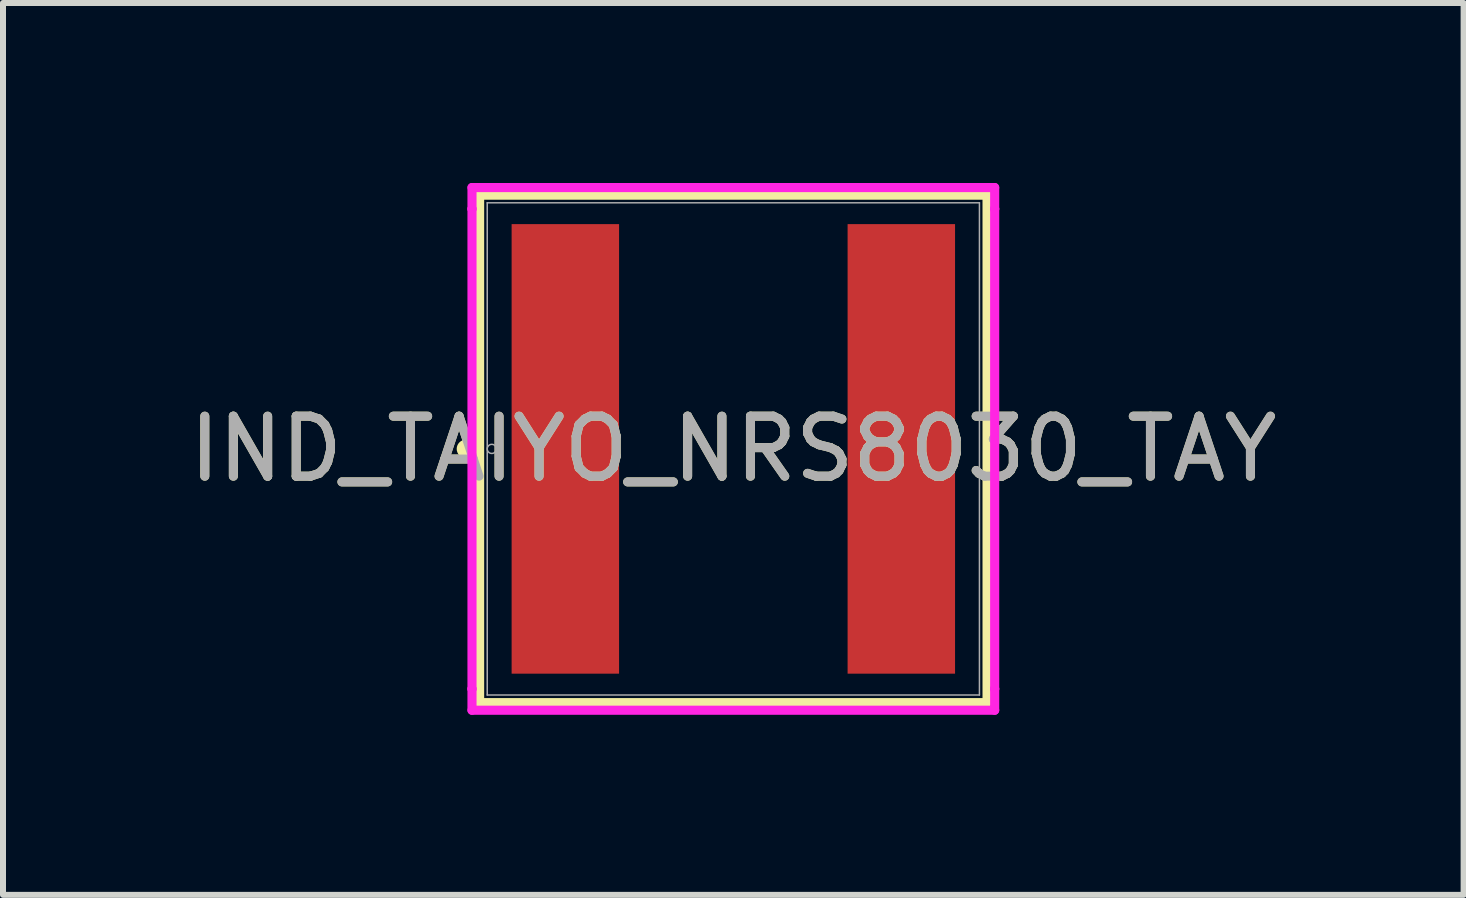
<source format=kicad_pcb>
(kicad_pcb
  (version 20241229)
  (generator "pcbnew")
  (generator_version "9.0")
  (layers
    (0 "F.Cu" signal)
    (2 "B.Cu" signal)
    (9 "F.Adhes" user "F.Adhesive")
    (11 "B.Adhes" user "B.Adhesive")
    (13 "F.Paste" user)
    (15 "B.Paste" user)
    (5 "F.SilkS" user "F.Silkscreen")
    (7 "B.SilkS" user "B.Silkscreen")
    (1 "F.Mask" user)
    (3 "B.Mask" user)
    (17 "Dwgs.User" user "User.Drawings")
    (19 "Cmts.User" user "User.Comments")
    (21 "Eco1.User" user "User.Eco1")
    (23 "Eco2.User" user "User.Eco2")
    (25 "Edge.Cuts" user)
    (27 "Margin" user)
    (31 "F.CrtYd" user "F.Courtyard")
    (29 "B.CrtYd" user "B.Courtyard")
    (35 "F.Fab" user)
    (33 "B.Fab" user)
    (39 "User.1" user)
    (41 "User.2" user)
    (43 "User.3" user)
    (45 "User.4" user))
  (footprint "IND_TAIYO_NRS8030_TAY"
    (layer "F.Cu")
    (at 9.173 4.432)
    (property "Reference" "IND_TAIYO_NRS8030_TAY" (at 0 0 0) (unlocked yes) (layer "F.SilkS") (effects (font (size 1 1) (thickness 0.15))))
    (attr smd)
    (fp_line (start -4.229 -4.229) (end -4.229 4.229) (stroke (width 0.152) (type solid)) (layer "F.SilkS"))
    (fp_line (start -4.229 4.229) (end 4.229 4.229) (stroke (width 0.152) (type solid)) (layer "F.SilkS"))
    (fp_line (start 4.229 -4.229) (end -4.229 -4.229) (stroke (width 0.152) (type solid)) (layer "F.SilkS"))
    (fp_line (start 4.229 4.229) (end 4.229 -4.229) (stroke (width 0.152) (type solid)) (layer "F.SilkS"))
    (fp_circle (center -4.458 0) (end -4.381 0) (stroke (width 0.152) (type solid)) (fill no) (layer "F.SilkS"))
    (fp_line (start -4.356 -4.356) (end 4.356 -4.356) (stroke (width 0.152) (type solid)) (layer "F.CrtYd"))
    (fp_line (start -4.356 -4) (end -4.356 -4.356) (stroke (width 0.152) (type solid)) (layer "F.CrtYd"))
    (fp_line (start -4.356 -4) (end -4.356 -4) (stroke (width 0.152) (type solid)) (layer "F.CrtYd"))
    (fp_line (start -4.356 4) (end -4.356 -4) (stroke (width 0.152) (type solid)) (layer "F.CrtYd"))
    (fp_line (start -4.356 4) (end -4.356 4) (stroke (width 0.152) (type solid)) (layer "F.CrtYd"))
    (fp_line (start -4.356 4.356) (end -4.356 4) (stroke (width 0.152) (type solid)) (layer "F.CrtYd"))
    (fp_line (start 4.356 -4.356) (end 4.356 -4) (stroke (width 0.152) (type solid)) (layer "F.CrtYd"))
    (fp_line (start 4.356 -4) (end 4.356 -4) (stroke (width 0.152) (type solid)) (layer "F.CrtYd"))
    (fp_line (start 4.356 -4) (end 4.356 4) (stroke (width 0.152) (type solid)) (layer "F.CrtYd"))
    (fp_line (start 4.356 4) (end 4.356 4) (stroke (width 0.152) (type solid)) (layer "F.CrtYd"))
    (fp_line (start 4.356 4) (end 4.356 4.356) (stroke (width 0.152) (type solid)) (layer "F.CrtYd"))
    (fp_line (start 4.356 4.356) (end -4.356 4.356) (stroke (width 0.152) (type solid)) (layer "F.CrtYd"))
    (fp_line (start -4.102 -4.102) (end -4.102 4.102) (stroke (width 0.025) (type solid)) (layer "F.Fab"))
    (fp_line (start -4.102 4.102) (end 4.102 4.102) (stroke (width 0.025) (type solid)) (layer "F.Fab"))
    (fp_line (start 4.102 -4.102) (end -4.102 -4.102) (stroke (width 0.025) (type solid)) (layer "F.Fab"))
    (fp_line (start 4.102 4.102) (end 4.102 -4.102) (stroke (width 0.025) (type solid)) (layer "F.Fab"))
    (fp_circle (center -4.026 0) (end -3.95 0) (stroke (width 0.025) (type solid)) (fill no) (layer "F.Fab"))
    (fp_text user "${REFERENCE}" (at 0 0 0) (unlocked yes) (layer "F.Fab") (effects (font (size 1 1) (thickness 0.15))))
    (pad "1" smd rect (at -2.8 0) (size 1.791 7.493) (layers "F.Cu" "F.Mask" "F.Paste"))
    (pad "2" smd rect (at 2.8 0) (size 1.791 7.493) (layers "F.Cu" "F.Mask" "F.Paste"))
    (zone (net_name "") (layer "F.Cu") (hatch full 0.508) (connect_pads) (min_thickness 0.254) (filled_areas_thickness no) (keepout (tracks not_allowed) (vias not_allowed) (pads allowed) (copperpour not_allowed) (footprints allowed)) (placement (enabled no)) (fill) (polygon (pts (xy 7.318 0.381) (xy 11.027 0.381) (xy 11.027 8.484) (xy 7.318 8.484)))))
  (gr_rect
    (start -3 -3)
    (end 21.345 11.865)
    (stroke (width 0.1) (type default))
    (fill no)
    (layer "Edge.Cuts")))
</source>
